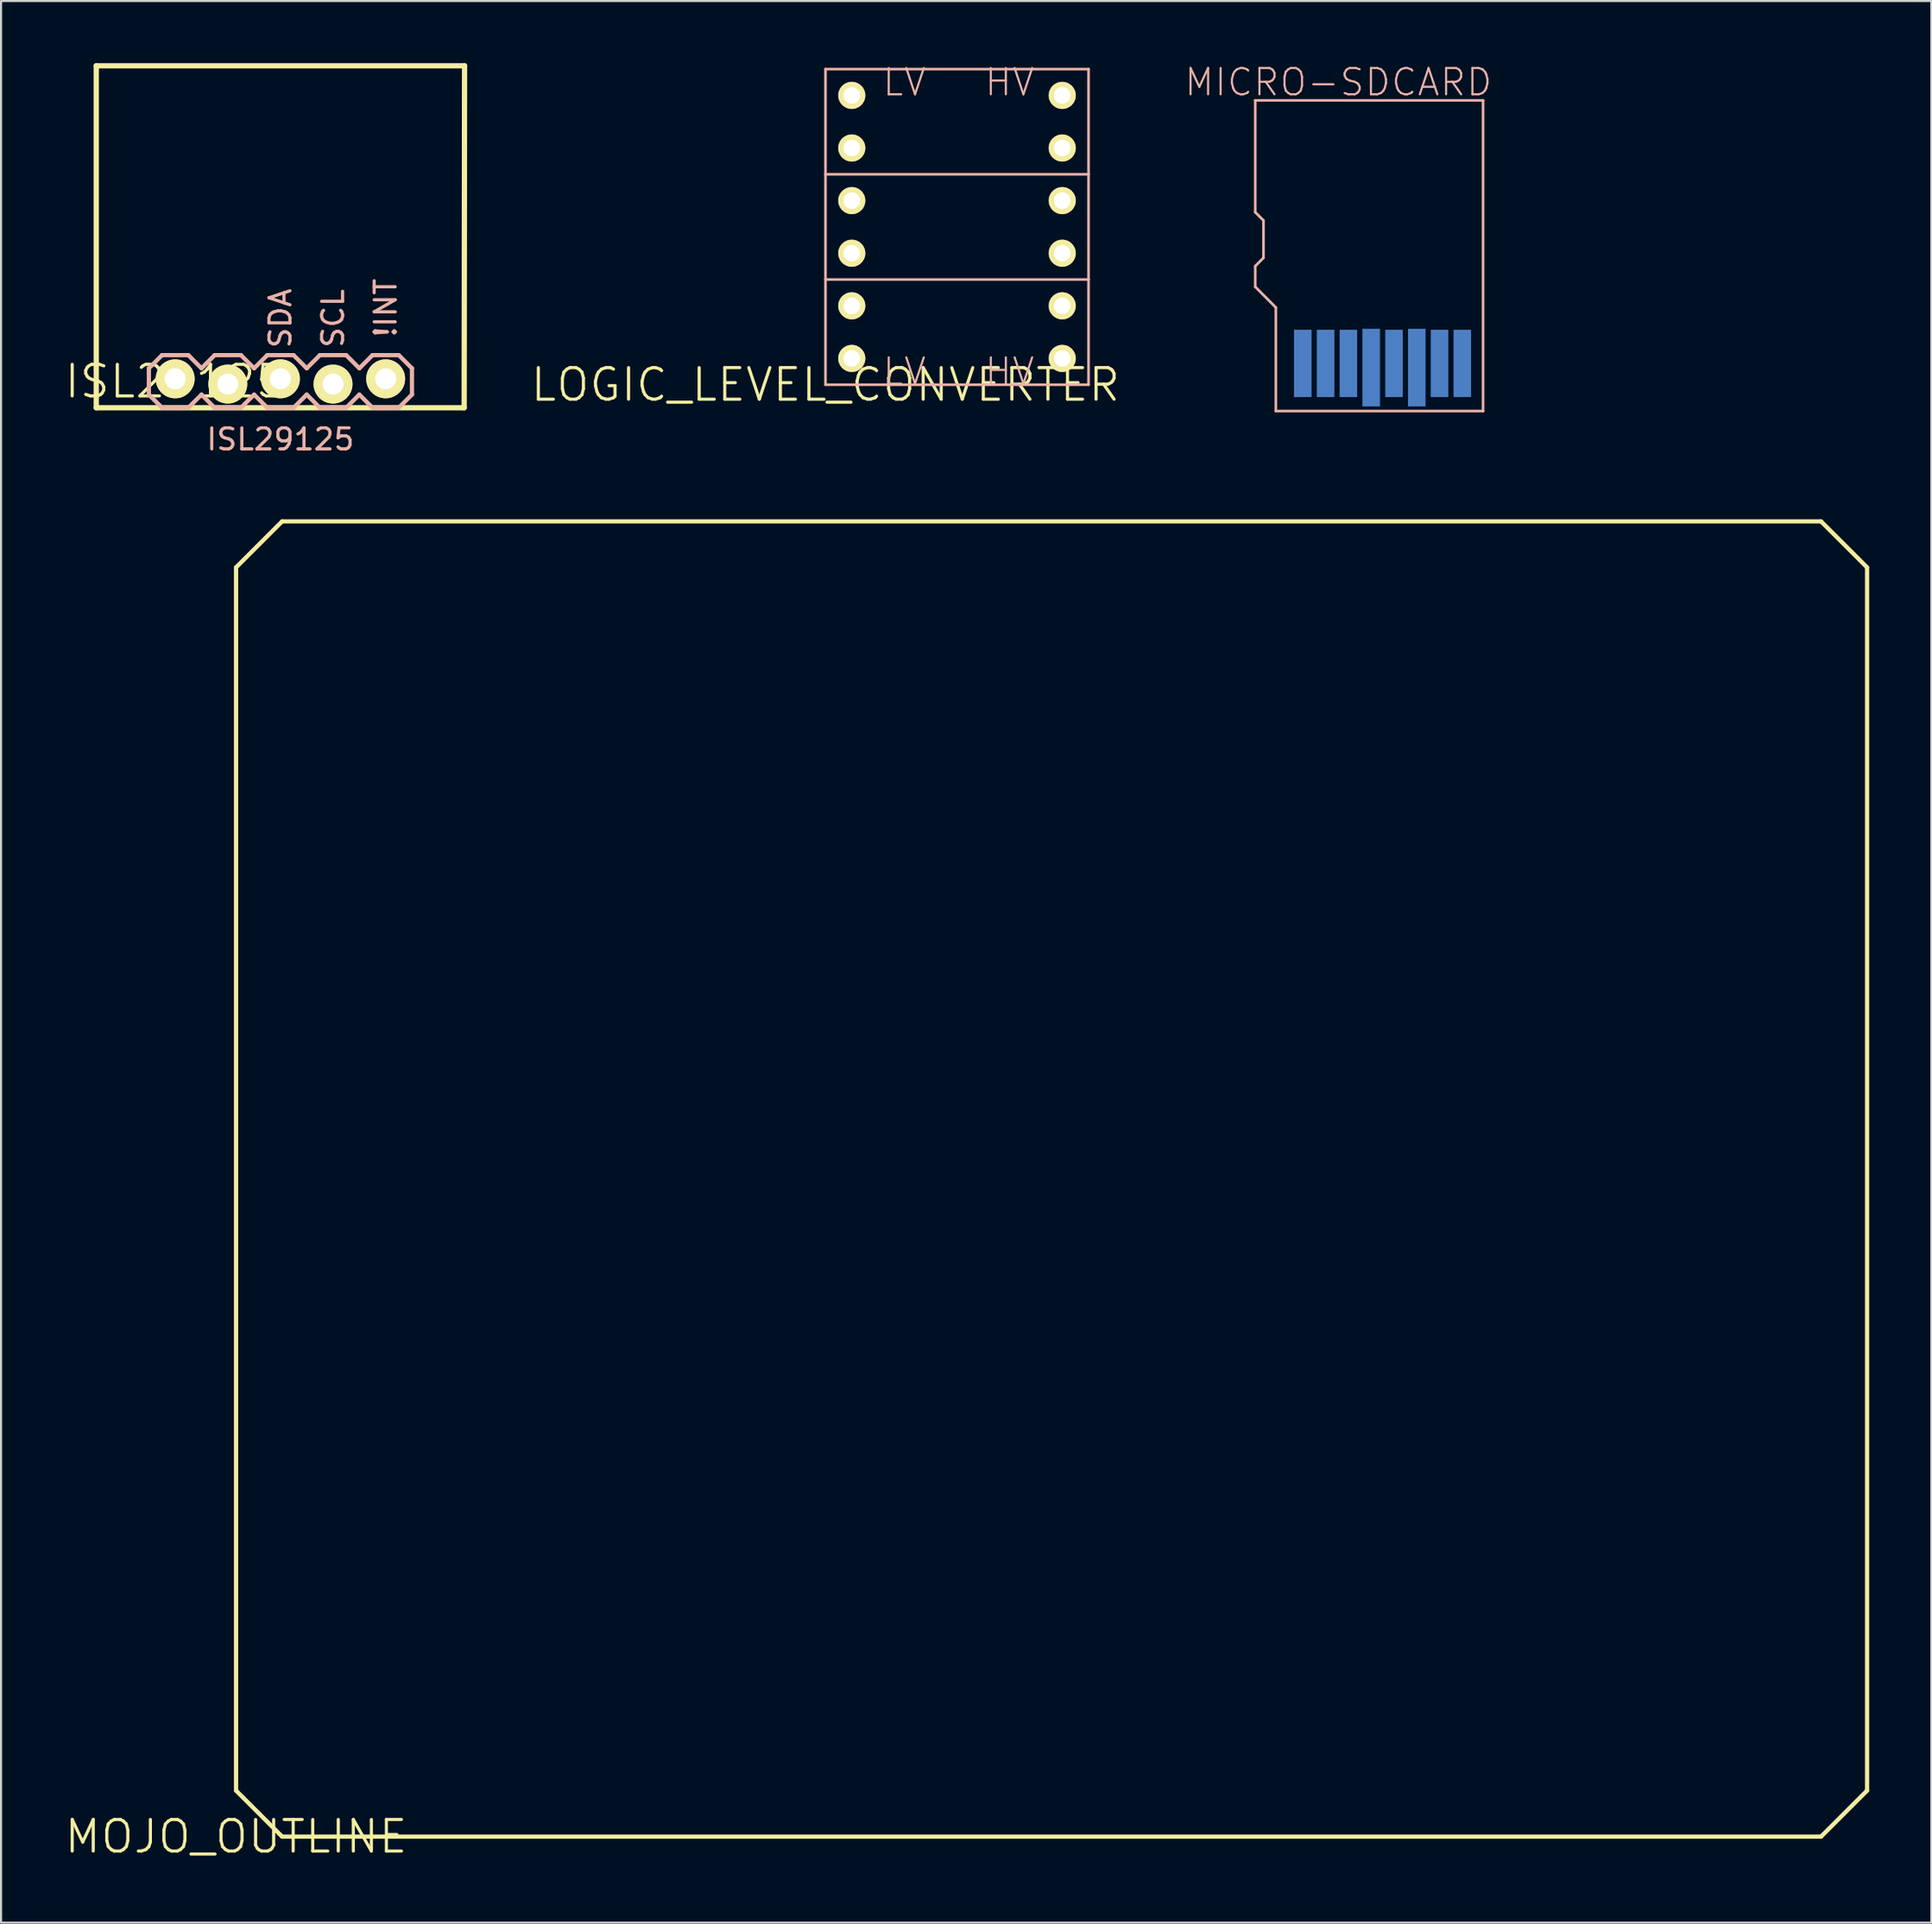
<source format=kicad_pcb>
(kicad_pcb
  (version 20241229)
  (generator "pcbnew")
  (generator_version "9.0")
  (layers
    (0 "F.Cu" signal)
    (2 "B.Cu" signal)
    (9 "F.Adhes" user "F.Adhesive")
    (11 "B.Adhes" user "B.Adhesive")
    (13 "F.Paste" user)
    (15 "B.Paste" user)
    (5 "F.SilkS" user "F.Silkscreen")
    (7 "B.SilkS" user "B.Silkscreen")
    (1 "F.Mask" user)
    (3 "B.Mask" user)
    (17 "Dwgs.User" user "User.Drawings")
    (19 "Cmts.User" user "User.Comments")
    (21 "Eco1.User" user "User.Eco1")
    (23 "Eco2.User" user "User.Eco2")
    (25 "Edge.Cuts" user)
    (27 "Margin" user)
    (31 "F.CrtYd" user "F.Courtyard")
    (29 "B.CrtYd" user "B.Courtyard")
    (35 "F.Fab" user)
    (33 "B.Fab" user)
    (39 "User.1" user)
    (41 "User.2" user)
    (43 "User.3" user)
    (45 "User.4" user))
  (footprint "ISL29125"
    (layer "F.Cu")
    (at 5.407 15.367)
    (property "Reference" "ISL29125" (at 0 0 0) (layer "F.SilkS") (effects (font (size 1.524 1.524) (thickness 0.15))))
    (attr exclude_from_pos_files exclude_from_bom)
    (fp_line (start -3.81 -15.24) (end -3.81 1.27) (stroke (width 0.254) (type solid)) (layer "F.SilkS"))
    (fp_line (start -3.81 1.27) (end 13.95 1.27) (stroke (width 0.254) (type solid)) (layer "F.SilkS"))
    (fp_line (start -0.254 -0.254) (end 0.254 -0.254) (stroke (width 0.066) (type solid)) (layer "F.SilkS"))
    (fp_line (start -0.254 0.254) (end -0.254 -0.254) (stroke (width 0.066) (type solid)) (layer "F.SilkS"))
    (fp_line (start -0.254 0.254) (end 0.254 0.254) (stroke (width 0.066) (type solid)) (layer "F.SilkS"))
    (fp_line (start 0.254 0.254) (end 0.254 -0.254) (stroke (width 0.066) (type solid)) (layer "F.SilkS"))
    (fp_line (start 2.286 -0.254) (end 2.794 -0.254) (stroke (width 0.066) (type solid)) (layer "F.SilkS"))
    (fp_line (start 2.286 0.254) (end 2.286 -0.254) (stroke (width 0.066) (type solid)) (layer "F.SilkS"))
    (fp_line (start 2.286 0.254) (end 2.794 0.254) (stroke (width 0.066) (type solid)) (layer "F.SilkS"))
    (fp_line (start 2.794 0.254) (end 2.794 -0.254) (stroke (width 0.066) (type solid)) (layer "F.SilkS"))
    (fp_line (start 4.826 -0.254) (end 5.334 -0.254) (stroke (width 0.066) (type solid)) (layer "F.SilkS"))
    (fp_line (start 4.826 0.254) (end 4.826 -0.254) (stroke (width 0.066) (type solid)) (layer "F.SilkS"))
    (fp_line (start 4.826 0.254) (end 5.334 0.254) (stroke (width 0.066) (type solid)) (layer "F.SilkS"))
    (fp_line (start 5.334 0.254) (end 5.334 -0.254) (stroke (width 0.066) (type solid)) (layer "F.SilkS"))
    (fp_line (start 7.366 -0.254) (end 7.874 -0.254) (stroke (width 0.066) (type solid)) (layer "F.SilkS"))
    (fp_line (start 7.366 0.254) (end 7.366 -0.254) (stroke (width 0.066) (type solid)) (layer "F.SilkS"))
    (fp_line (start 7.366 0.254) (end 7.874 0.254) (stroke (width 0.066) (type solid)) (layer "F.SilkS"))
    (fp_line (start 7.874 0.254) (end 7.874 -0.254) (stroke (width 0.066) (type solid)) (layer "F.SilkS"))
    (fp_line (start 9.906 -0.254) (end 10.414 -0.254) (stroke (width 0.066) (type solid)) (layer "F.SilkS"))
    (fp_line (start 9.906 0.254) (end 9.906 -0.254) (stroke (width 0.066) (type solid)) (layer "F.SilkS"))
    (fp_line (start 9.906 0.254) (end 10.414 0.254) (stroke (width 0.066) (type solid)) (layer "F.SilkS"))
    (fp_line (start 10.414 0.254) (end 10.414 -0.254) (stroke (width 0.066) (type solid)) (layer "F.SilkS"))
    (fp_line (start 13.95 1.27) (end 13.97 -15.24) (stroke (width 0.254) (type solid)) (layer "F.SilkS"))
    (fp_line (start 13.97 -15.24) (end -3.81 -15.24) (stroke (width 0.254) (type solid)) (layer "F.SilkS"))
    (fp_line (start -1.27 -0.635) (end -1.27 0.635) (stroke (width 0.203) (type solid)) (layer "B.SilkS"))
    (fp_line (start -1.27 0.635) (end -0.635 1.27) (stroke (width 0.203) (type solid)) (layer "B.SilkS"))
    (fp_line (start -0.635 -1.27) (end -1.27 -0.635) (stroke (width 0.203) (type solid)) (layer "B.SilkS"))
    (fp_line (start -0.635 -1.27) (end 0.635 -1.27) (stroke (width 0.203) (type solid)) (layer "B.SilkS"))
    (fp_line (start 0.635 -1.27) (end 1.27 -0.635) (stroke (width 0.203) (type solid)) (layer "B.SilkS"))
    (fp_line (start 0.635 1.27) (end -0.635 1.27) (stroke (width 0.203) (type solid)) (layer "B.SilkS"))
    (fp_line (start 1.27 -0.635) (end 1.905 -1.27) (stroke (width 0.203) (type solid)) (layer "B.SilkS"))
    (fp_line (start 1.27 0.635) (end 0.635 1.27) (stroke (width 0.203) (type solid)) (layer "B.SilkS"))
    (fp_line (start 1.905 -1.27) (end 3.175 -1.27) (stroke (width 0.203) (type solid)) (layer "B.SilkS"))
    (fp_line (start 1.905 1.27) (end 1.27 0.635) (stroke (width 0.203) (type solid)) (layer "B.SilkS"))
    (fp_line (start 3.175 -1.27) (end 3.81 -0.635) (stroke (width 0.203) (type solid)) (layer "B.SilkS"))
    (fp_line (start 3.175 1.27) (end 1.905 1.27) (stroke (width 0.203) (type solid)) (layer "B.SilkS"))
    (fp_line (start 3.81 -0.635) (end 4.445 -1.27) (stroke (width 0.203) (type solid)) (layer "B.SilkS"))
    (fp_line (start 3.81 0.635) (end 3.175 1.27) (stroke (width 0.203) (type solid)) (layer "B.SilkS"))
    (fp_line (start 4.445 -1.27) (end 5.715 -1.27) (stroke (width 0.203) (type solid)) (layer "B.SilkS"))
    (fp_line (start 4.445 1.27) (end 3.81 0.635) (stroke (width 0.203) (type solid)) (layer "B.SilkS"))
    (fp_line (start 5.715 -1.27) (end 6.35 -0.635) (stroke (width 0.203) (type solid)) (layer "B.SilkS"))
    (fp_line (start 5.715 1.27) (end 4.445 1.27) (stroke (width 0.203) (type solid)) (layer "B.SilkS"))
    (fp_line (start 6.35 0.635) (end 5.715 1.27) (stroke (width 0.203) (type solid)) (layer "B.SilkS"))
    (fp_line (start 6.35 0.635) (end 6.985 1.27) (stroke (width 0.203) (type solid)) (layer "B.SilkS"))
    (fp_line (start 6.985 -1.27) (end 6.35 -0.635) (stroke (width 0.203) (type solid)) (layer "B.SilkS"))
    (fp_line (start 6.985 -1.27) (end 8.255 -1.27) (stroke (width 0.203) (type solid)) (layer "B.SilkS"))
    (fp_line (start 8.255 -1.27) (end 8.89 -0.635) (stroke (width 0.203) (type solid)) (layer "B.SilkS"))
    (fp_line (start 8.255 1.27) (end 6.985 1.27) (stroke (width 0.203) (type solid)) (layer "B.SilkS"))
    (fp_line (start 8.89 -0.635) (end 9.525 -1.27) (stroke (width 0.203) (type solid)) (layer "B.SilkS"))
    (fp_line (start 8.89 0.635) (end 8.255 1.27) (stroke (width 0.203) (type solid)) (layer "B.SilkS"))
    (fp_line (start 9.525 -1.27) (end 10.795 -1.27) (stroke (width 0.203) (type solid)) (layer "B.SilkS"))
    (fp_line (start 9.525 1.27) (end 8.89 0.635) (stroke (width 0.203) (type solid)) (layer "B.SilkS"))
    (fp_line (start 10.795 -1.27) (end 11.43 -0.635) (stroke (width 0.203) (type solid)) (layer "B.SilkS"))
    (fp_line (start 10.795 1.27) (end 9.525 1.27) (stroke (width 0.203) (type solid)) (layer "B.SilkS"))
    (fp_line (start 11.43 -0.635) (end 11.43 0.635) (stroke (width 0.203) (type solid)) (layer "B.SilkS"))
    (fp_line (start 11.43 0.635) (end 10.795 1.27) (stroke (width 0.203) (type solid)) (layer "B.SilkS"))
    (fp_text user "SDA" (at 5.08 -3.048 90) (layer "B.SilkS") (effects (font (size 1.016 1.016) (thickness 0.152))))
    (fp_text user "ISL29125" (at 5.08 2.794 180) (layer "B.SilkS") (effects (font (size 1.016 1.016) (thickness 0.152))))
    (fp_text user "SCL" (at 7.62 -3.048 90) (layer "B.SilkS") (effects (font (size 1.016 1.016) (thickness 0.152))))
    (fp_text user "!INT" (at 10.16 -3.556 90) (layer "B.SilkS") (effects (font (size 1.016 1.016) (thickness 0.152))))
    (pad "1" thru_hole circle (at 0 -0.127) (size 1.88 1.88) (drill 1.016) (layers "*.Cu" "F.Mask" "F.SilkS" "F.Paste"))
    (pad "2" thru_hole circle (at 2.54 0.127) (size 1.88 1.88) (drill 1.016) (layers "*.Cu" "F.Mask" "F.SilkS" "F.Paste"))
    (pad "3" thru_hole circle (at 5.08 -0.127) (size 1.88 1.88) (drill 1.016) (layers "*.Cu" "F.Mask" "F.SilkS" "F.Paste"))
    (pad "4" thru_hole circle (at 7.62 0.127) (size 1.88 1.88) (drill 1.016) (layers "*.Cu" "F.Mask" "F.SilkS" "F.Paste"))
    (pad "5" thru_hole circle (at 10.16 -0.127) (size 1.88 1.88) (drill 1.016) (layers "*.Cu" "F.Mask" "F.SilkS" "F.Paste")))
  (footprint "MICRO-SDCARD"
    (layer "F.Cu")
    (at 58.386 16.796)
    (property "Reference" "MICRO-SDCARD" (at 3.175 -15.875 180) (layer "B.SilkS") (effects (font (size 1.27 1.27) (thickness 0.102))))
    (attr smd)
    (fp_line (start -0.838 -14.999) (end -0.838 -9.599) (stroke (width 0.127) (type solid)) (layer "B.SilkS"))
    (fp_line (start -0.838 -9.599) (end -0.439 -9.2) (stroke (width 0.127) (type solid)) (layer "B.SilkS"))
    (fp_line (start -0.838 -6.998) (end -0.838 -5.999) (stroke (width 0.127) (type solid)) (layer "B.SilkS"))
    (fp_line (start -0.838 -5.999) (end 0.157 -4.999) (stroke (width 0.127) (type solid)) (layer "B.SilkS"))
    (fp_line (start -0.439 -9.2) (end -0.439 -7.399) (stroke (width 0.127) (type solid)) (layer "B.SilkS"))
    (fp_line (start -0.439 -7.399) (end -0.838 -6.998) (stroke (width 0.127) (type solid)) (layer "B.SilkS"))
    (fp_line (start 0.157 -4.999) (end 0.157 0) (stroke (width 0.127) (type solid)) (layer "B.SilkS"))
    (fp_line (start 0.157 0) (end 10.16 0) (stroke (width 0.127) (type solid)) (layer "B.SilkS"))
    (fp_line (start 10.16 -14.999) (end -0.838 -14.999) (stroke (width 0.127) (type solid)) (layer "B.SilkS"))
    (fp_line (start 10.16 0) (end 10.16 -14.999) (stroke (width 0.127) (type solid)) (layer "B.SilkS"))
    (pad "CD/D" smd rect (at 2.558 -2.299) (size 0.848 3.249) (layers "B.Cu" "B.Mask"))
    (pad "CLK" smd rect (at 5.86 -2.299) (size 0.848 3.249) (layers "B.Cu" "B.Mask"))
    (pad "CMD" smd rect (at 3.658 -2.299) (size 0.848 3.249) (layers "B.Cu" "B.Mask"))
    (pad "DAT0" smd rect (at 8.059 -2.299) (size 0.848 3.249) (layers "B.Cu" "B.Mask"))
    (pad "DAT1" smd rect (at 9.159 -2.299) (size 0.848 3.249) (layers "B.Cu" "B.Mask"))
    (pad "DAT2" smd rect (at 1.458 -2.299) (size 0.848 3.249) (layers "B.Cu" "B.Mask"))
    (pad "GND" smd rect (at 6.96 -2.098 180) (size 0.848 3.749) (layers "B.Cu" "B.Mask"))
    (pad "VCC" smd rect (at 4.76 -2.098) (size 0.848 3.749) (layers "B.Cu" "B.Mask")))
  (footprint "MOJO_OUTLINE"
    (layer "F.Cu")
    (at 8.346 85.624)
    (property "Reference" "MOJO_OUTLINE" (at 0 0 0) (layer "F.SilkS") (effects (font (size 1.524 1.524) (thickness 0.15))))
    (attr exclude_from_pos_files exclude_from_bom)
    (fp_line (start 0 -61.278) (end 0 -2.223) (stroke (width 0.203) (type solid)) (layer "F.SilkS"))
    (fp_line (start 0 -2.223) (end 2.223 0) (stroke (width 0.203) (type solid)) (layer "F.SilkS"))
    (fp_line (start 2.223 -63.5) (end 0 -61.278) (stroke (width 0.203) (type solid)) (layer "F.SilkS"))
    (fp_line (start 2.223 0) (end 76.517 0) (stroke (width 0.203) (type solid)) (layer "F.SilkS"))
    (fp_line (start 76.517 -63.5) (end 2.223 -63.5) (stroke (width 0.203) (type solid)) (layer "F.SilkS"))
    (fp_line (start 76.517 0) (end 78.74 -2.223) (stroke (width 0.203) (type solid)) (layer "F.SilkS"))
    (fp_line (start 78.74 -61.278) (end 76.517 -63.5) (stroke (width 0.203) (type solid)) (layer "F.SilkS"))
    (fp_line (start 78.74 -2.223) (end 78.74 -61.278) (stroke (width 0.203) (type solid)) (layer "F.SilkS")))
  (footprint "LOGIC_LEVEL_CONVERTER"
    (layer "F.Cu")
    (at 36.8 15.526)
    (property "Reference" "LOGIC_LEVEL_CONVERTER" (at 0 0 0) (layer "F.SilkS") (effects (font (size 1.524 1.524) (thickness 0.15))))
    (attr exclude_from_pos_files exclude_from_bom)
    (fp_line (start 0 -15.24) (end 12.7 -15.24) (stroke (width 0.127) (type solid)) (layer "B.SilkS"))
    (fp_line (start 0 -10.16) (end 0 -15.24) (stroke (width 0.127) (type solid)) (layer "B.SilkS"))
    (fp_line (start 0 -10.16) (end 12.7 -10.16) (stroke (width 0.127) (type solid)) (layer "B.SilkS"))
    (fp_line (start 0 -5.08) (end 0 -10.16) (stroke (width 0.127) (type solid)) (layer "B.SilkS"))
    (fp_line (start 0 -5.08) (end 12.7 -5.08) (stroke (width 0.127) (type solid)) (layer "B.SilkS"))
    (fp_line (start 0 0) (end 0 -5.08) (stroke (width 0.127) (type solid)) (layer "B.SilkS"))
    (fp_line (start 12.7 -15.24) (end 12.7 -10.16) (stroke (width 0.127) (type solid)) (layer "B.SilkS"))
    (fp_line (start 12.7 -10.16) (end 12.7 -5.08) (stroke (width 0.127) (type solid)) (layer "B.SilkS"))
    (fp_line (start 12.7 -5.08) (end 12.7 0) (stroke (width 0.127) (type solid)) (layer "B.SilkS"))
    (fp_line (start 12.7 0) (end 0 0) (stroke (width 0.127) (type solid)) (layer "B.SilkS"))
    (fp_text user "HV" (at 8.89 -14.605 0) (layer "B.SilkS") (effects (font (size 1.27 1.27) (thickness 0.102))))
    (fp_text user "LV" (at 3.81 -14.605 0) (layer "B.SilkS") (effects (font (size 1.27 1.27) (thickness 0.102))))
    (fp_text user "HV" (at 8.89 -0.635 0) (layer "B.SilkS") (effects (font (size 1.27 1.27) (thickness 0.102))))
    (fp_text user "LV" (at 3.81 -0.635 0) (layer "B.SilkS") (effects (font (size 1.27 1.27) (thickness 0.102))))
    (pad "P$1" thru_hole circle (at 1.27 -13.97) (size 1.306 1.306) (drill 0.798) (layers "*.Cu" "F.Mask" "F.SilkS" "F.Paste"))
    (pad "P$2" thru_hole circle (at 1.27 -11.43) (size 1.306 1.306) (drill 0.798) (layers "*.Cu" "F.Mask" "F.SilkS" "F.Paste"))
    (pad "P$3" thru_hole circle (at 1.27 -8.89) (size 1.306 1.306) (drill 0.798) (layers "*.Cu" "F.Mask" "F.SilkS" "F.Paste"))
    (pad "P$4" thru_hole circle (at 1.27 -6.35) (size 1.306 1.306) (drill 0.798) (layers "*.Cu" "F.Mask" "F.SilkS" "F.Paste"))
    (pad "P$5" thru_hole circle (at 1.27 -3.81) (size 1.306 1.306) (drill 0.798) (layers "*.Cu" "F.Mask" "F.SilkS" "F.Paste"))
    (pad "P$6" thru_hole circle (at 1.27 -1.27) (size 1.306 1.306) (drill 0.798) (layers "*.Cu" "F.Mask" "F.SilkS" "F.Paste"))
    (pad "P$7" thru_hole circle (at 11.43 -1.27) (size 1.306 1.306) (drill 0.798) (layers "*.Cu" "F.Mask" "F.SilkS" "F.Paste"))
    (pad "P$8" thru_hole circle (at 11.43 -3.81) (size 1.306 1.306) (drill 0.798) (layers "*.Cu" "F.Mask" "F.SilkS" "F.Paste"))
    (pad "P$9" thru_hole circle (at 11.43 -6.35) (size 1.306 1.306) (drill 0.798) (layers "*.Cu" "F.Mask" "F.SilkS" "F.Paste"))
    (pad "P$10" thru_hole circle (at 11.43 -8.89) (size 1.306 1.306) (drill 0.798) (layers "*.Cu" "F.Mask" "F.SilkS" "F.Paste"))
    (pad "P$11" thru_hole circle (at 11.43 -11.43) (size 1.306 1.306) (drill 0.798) (layers "*.Cu" "F.Mask" "F.SilkS" "F.Paste"))
    (pad "P$12" thru_hole circle (at 11.43 -13.97) (size 1.306 1.306) (drill 0.798) (layers "*.Cu" "F.Mask" "F.SilkS" "F.Paste")))
  (gr_rect
    (start -3 -3)
    (end 90.187 89.779)
    (stroke (width 0.1) (type default))
    (fill no)
    (layer "Edge.Cuts")))
</source>
